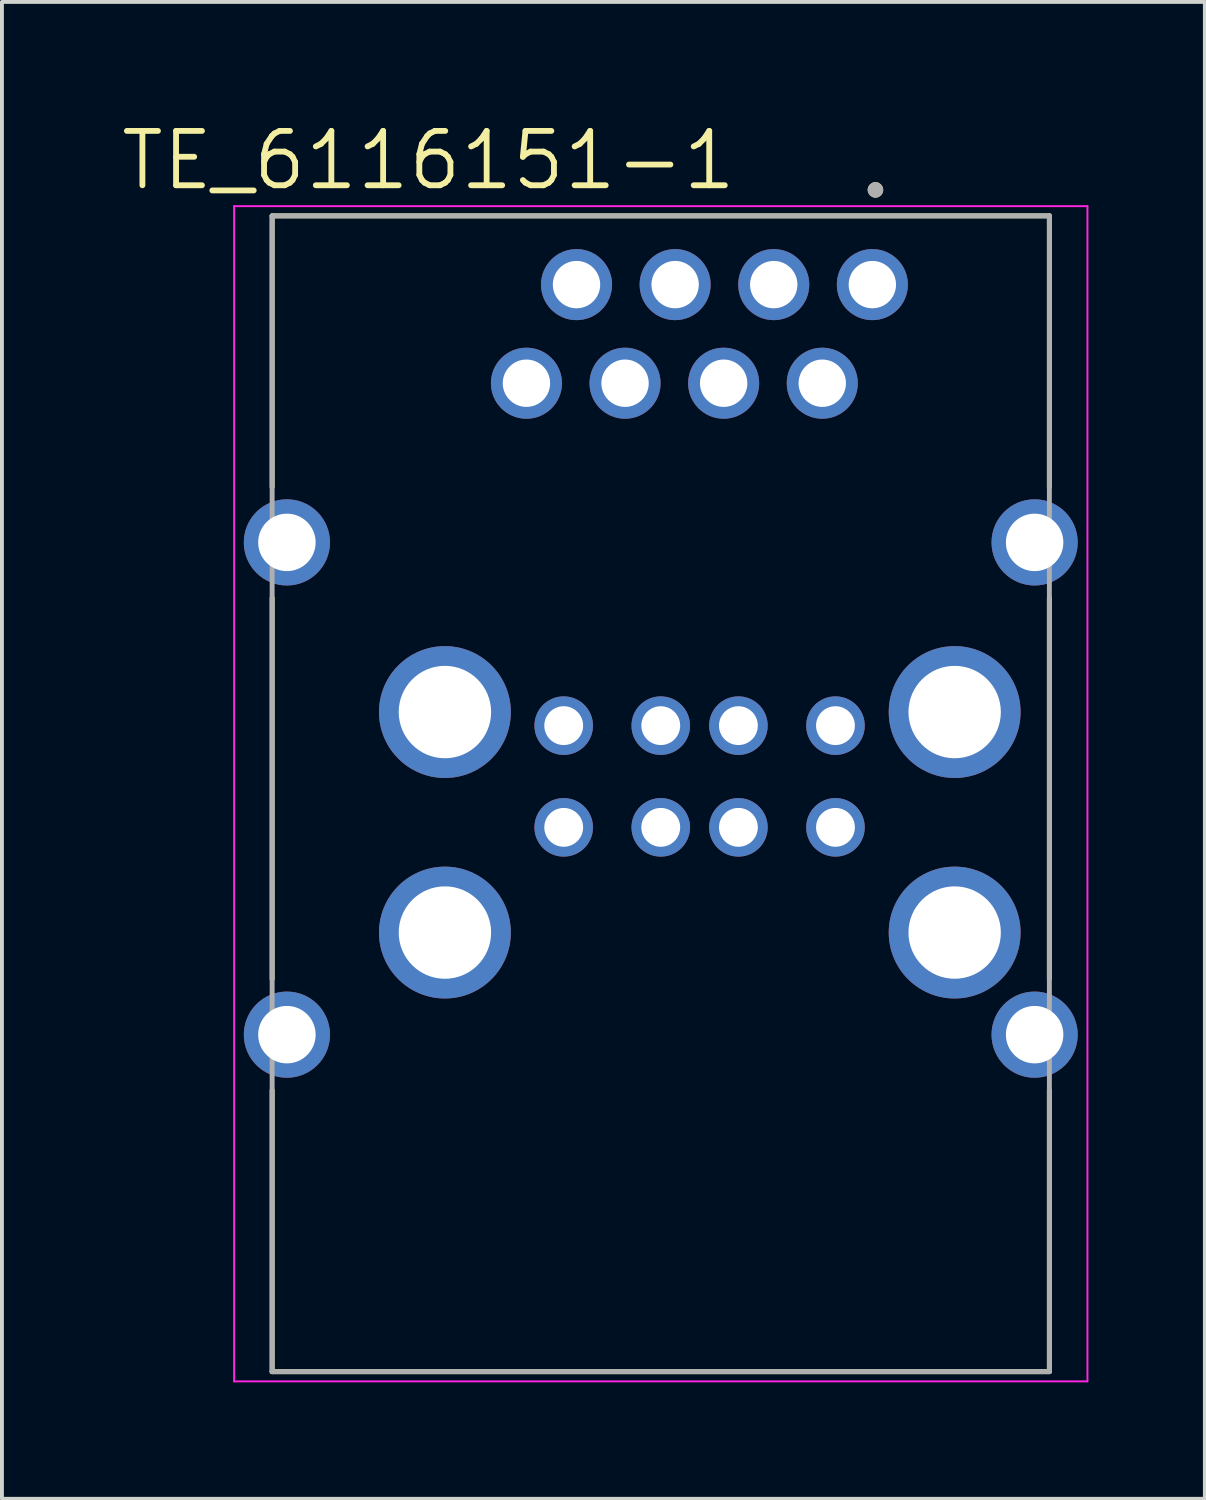
<source format=kicad_pcb>
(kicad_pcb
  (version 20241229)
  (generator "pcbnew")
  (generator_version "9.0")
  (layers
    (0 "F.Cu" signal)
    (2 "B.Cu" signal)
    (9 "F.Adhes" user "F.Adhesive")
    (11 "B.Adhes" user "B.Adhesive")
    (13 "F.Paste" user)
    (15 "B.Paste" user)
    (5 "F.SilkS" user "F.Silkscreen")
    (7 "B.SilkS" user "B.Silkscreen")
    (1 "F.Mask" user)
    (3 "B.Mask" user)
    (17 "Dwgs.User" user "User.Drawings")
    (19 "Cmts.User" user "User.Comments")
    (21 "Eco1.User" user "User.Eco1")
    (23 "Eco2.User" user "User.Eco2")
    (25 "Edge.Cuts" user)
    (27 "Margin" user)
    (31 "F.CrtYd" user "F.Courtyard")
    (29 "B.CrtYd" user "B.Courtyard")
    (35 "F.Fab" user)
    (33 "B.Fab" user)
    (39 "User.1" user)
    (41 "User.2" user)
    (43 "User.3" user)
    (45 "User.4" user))
  (footprint "TE_6116151-1"
    (layer "F.Cu")
    (at 13.97 16.991)
    (property "Reference" "TE_6116151-1" (at -5.985 -15.909 0) (layer "F.SilkS") (effects (font (size 1.4 1.4) (thickness 0.15))))
    (attr through_hole)
    (fp_line (start -10.01 -14.48) (end -10.01 -7.5) (stroke (width 0.127) (type solid)) (layer "F.SilkS"))
    (fp_line (start -10.01 -4.64) (end -10.01 5.18) (stroke (width 0.127) (type solid)) (layer "F.SilkS"))
    (fp_line (start -10.01 8.04) (end -10.01 15.29) (stroke (width 0.127) (type solid)) (layer "F.SilkS"))
    (fp_line (start -10.01 15.29) (end 10.01 15.29) (stroke (width 0.127) (type solid)) (layer "F.SilkS"))
    (fp_line (start 10.01 -14.48) (end -10.01 -14.48) (stroke (width 0.127) (type solid)) (layer "F.SilkS"))
    (fp_line (start 10.01 -7.5) (end 10.01 -14.48) (stroke (width 0.127) (type solid)) (layer "F.SilkS"))
    (fp_line (start 10.01 5.18) (end 10.01 -4.64) (stroke (width 0.127) (type solid)) (layer "F.SilkS"))
    (fp_line (start 10.01 15.29) (end 10.01 8.04) (stroke (width 0.127) (type solid)) (layer "F.SilkS"))
    (fp_circle (center 5.53 -15.15) (end 5.63 -15.15) (stroke (width 0.2) (type solid)) (fill no) (layer "F.SilkS"))
    (fp_line (start -10.99 -14.73) (end 10.99 -14.73) (stroke (width 0.05) (type solid)) (layer "F.CrtYd"))
    (fp_line (start -10.99 15.54) (end -10.99 -14.73) (stroke (width 0.05) (type solid)) (layer "F.CrtYd"))
    (fp_line (start 10.99 -14.73) (end 10.99 15.54) (stroke (width 0.05) (type solid)) (layer "F.CrtYd"))
    (fp_line (start 10.99 15.54) (end -10.99 15.54) (stroke (width 0.05) (type solid)) (layer "F.CrtYd"))
    (fp_line (start -10.01 -14.48) (end -10.01 15.29) (stroke (width 0.127) (type solid)) (layer "F.Fab"))
    (fp_line (start -10.01 15.29) (end 10.01 15.29) (stroke (width 0.127) (type solid)) (layer "F.Fab"))
    (fp_line (start 10.01 -14.48) (end -10.01 -14.48) (stroke (width 0.127) (type solid)) (layer "F.Fab"))
    (fp_line (start 10.01 15.29) (end 10.01 -14.48) (stroke (width 0.127) (type solid)) (layer "F.Fab"))
    (fp_circle (center 5.53 -15.15) (end 5.63 -15.15) (stroke (width 0.2) (type solid)) (fill no) (layer "F.Fab"))
    (pad "1" thru_hole circle (at 5.45 -12.71) (size 1.83 1.83) (drill 1.22) (layers "*.Cu" "*.Mask"))
    (pad "2" thru_hole circle (at 4.16 -10.17) (size 1.83 1.83) (drill 1.22) (layers "*.Cu" "*.Mask"))
    (pad "3" thru_hole circle (at 2.91 -12.71) (size 1.83 1.83) (drill 1.22) (layers "*.Cu" "*.Mask"))
    (pad "4" thru_hole circle (at 1.62 -10.17) (size 1.83 1.83) (drill 1.22) (layers "*.Cu" "*.Mask"))
    (pad "5" thru_hole circle (at 0.37 -12.71) (size 1.83 1.83) (drill 1.22) (layers "*.Cu" "*.Mask"))
    (pad "6" thru_hole circle (at -0.92 -10.17) (size 1.83 1.83) (drill 1.22) (layers "*.Cu" "*.Mask"))
    (pad "7" thru_hole circle (at -2.17 -12.71) (size 1.83 1.83) (drill 1.22) (layers "*.Cu" "*.Mask"))
    (pad "8" thru_hole circle (at -3.46 -10.17) (size 1.83 1.83) (drill 1.22) (layers "*.Cu" "*.Mask"))
    (pad "9" thru_hole circle (at -2.5 -1.35) (size 1.508 1.508) (drill 1) (layers "*.Cu" "*.Mask"))
    (pad "10" thru_hole circle (at 0 -1.35) (size 1.508 1.508) (drill 1) (layers "*.Cu" "*.Mask"))
    (pad "11" thru_hole circle (at 2 -1.35) (size 1.508 1.508) (drill 1) (layers "*.Cu" "*.Mask"))
    (pad "12" thru_hole circle (at 4.5 -1.35) (size 1.508 1.508) (drill 1) (layers "*.Cu" "*.Mask"))
    (pad "13" thru_hole circle (at -2.5 1.27) (size 1.508 1.508) (drill 1) (layers "*.Cu" "*.Mask"))
    (pad "14" thru_hole circle (at 0 1.27) (size 1.508 1.508) (drill 1) (layers "*.Cu" "*.Mask"))
    (pad "15" thru_hole circle (at 2 1.27) (size 1.508 1.508) (drill 1) (layers "*.Cu" "*.Mask"))
    (pad "16" thru_hole circle (at 4.5 1.27) (size 1.508 1.508) (drill 1) (layers "*.Cu" "*.Mask"))
    (pad "S1" thru_hole circle (at -9.63 -6.07) (size 2.22 2.22) (drill 1.48) (layers "*.Cu" "*.Mask"))
    (pad "S2" thru_hole circle (at -5.56 -1.7) (size 3.396 3.396) (drill 2.38) (layers "*.Cu" "*.Mask"))
    (pad "S3" thru_hole circle (at -5.56 3.98) (size 3.396 3.396) (drill 2.38) (layers "*.Cu" "*.Mask"))
    (pad "S4" thru_hole circle (at -9.63 6.61) (size 2.22 2.22) (drill 1.48) (layers "*.Cu" "*.Mask"))
    (pad "S5" thru_hole circle (at 9.63 -6.07) (size 2.22 2.22) (drill 1.48) (layers "*.Cu" "*.Mask"))
    (pad "S6" thru_hole circle (at 7.57 -1.7) (size 3.396 3.396) (drill 2.38) (layers "*.Cu" "*.Mask"))
    (pad "S7" thru_hole circle (at 7.57 3.98) (size 3.396 3.396) (drill 2.38) (layers "*.Cu" "*.Mask"))
    (pad "S8" thru_hole circle (at 9.63 6.61) (size 2.22 2.22) (drill 1.48) (layers "*.Cu" "*.Mask")))
  (gr_rect
    (start -3 -3)
    (end 27.985 35.556)
    (stroke (width 0.1) (type default))
    (fill no)
    (layer "Edge.Cuts")))
</source>
